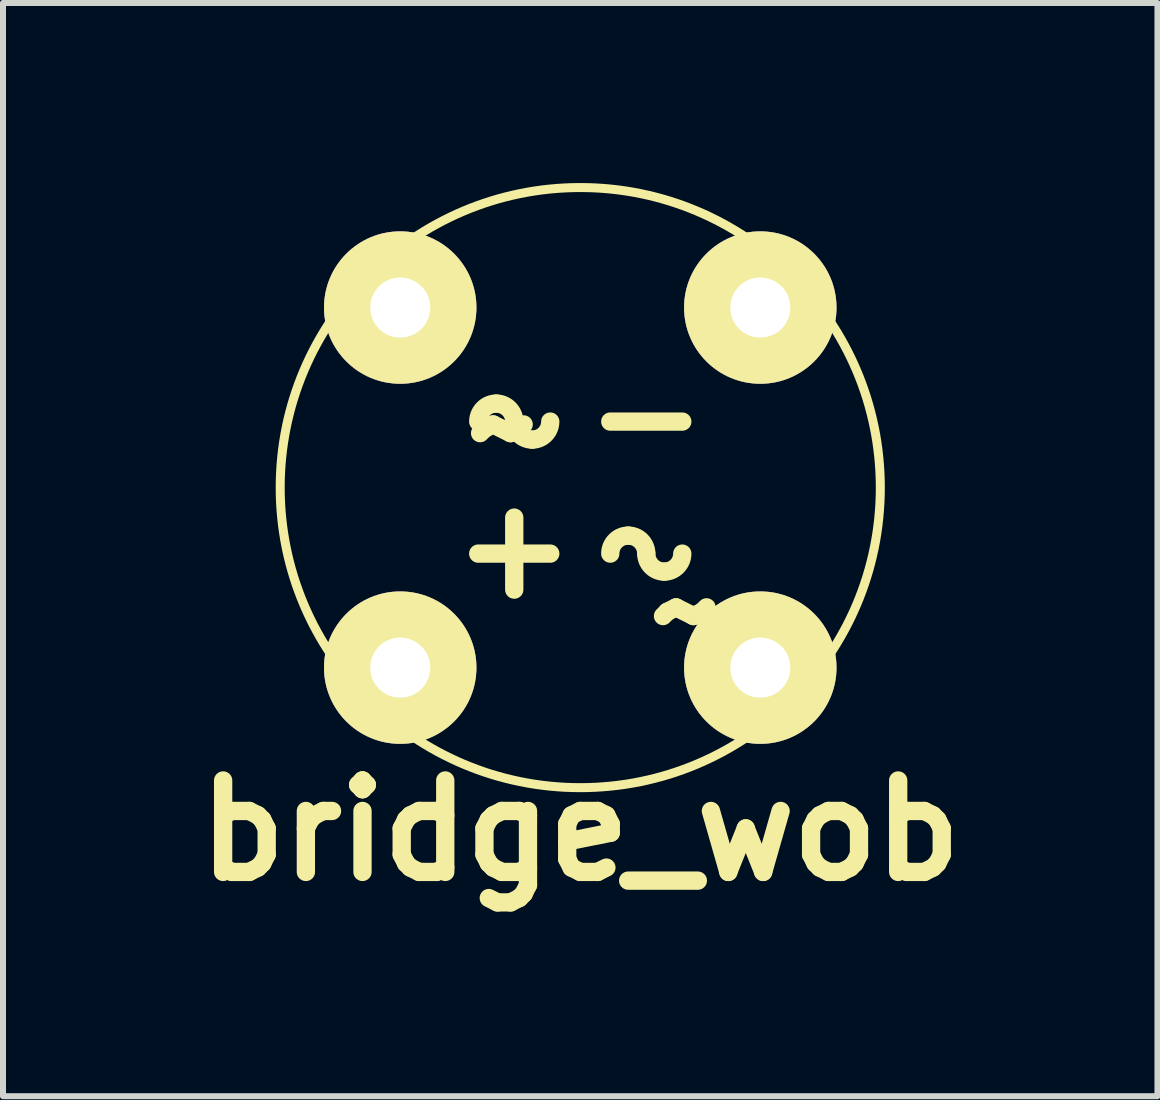
<source format=kicad_pcb>
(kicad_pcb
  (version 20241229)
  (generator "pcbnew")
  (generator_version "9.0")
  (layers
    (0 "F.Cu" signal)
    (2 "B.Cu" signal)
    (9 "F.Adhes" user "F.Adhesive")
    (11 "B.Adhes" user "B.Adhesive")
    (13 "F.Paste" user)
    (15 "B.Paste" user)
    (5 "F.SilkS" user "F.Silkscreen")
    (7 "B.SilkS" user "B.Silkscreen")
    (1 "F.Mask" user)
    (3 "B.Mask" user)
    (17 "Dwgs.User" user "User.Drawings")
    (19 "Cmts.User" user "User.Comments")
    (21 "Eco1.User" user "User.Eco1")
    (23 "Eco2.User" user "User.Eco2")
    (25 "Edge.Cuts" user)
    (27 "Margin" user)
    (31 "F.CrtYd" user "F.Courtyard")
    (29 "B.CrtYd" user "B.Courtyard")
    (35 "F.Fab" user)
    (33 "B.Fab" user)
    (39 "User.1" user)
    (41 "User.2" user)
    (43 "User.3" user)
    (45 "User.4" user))
  (footprint "bridge_wob"
    (layer "F.Cu")
    (at 6.619 5.075)
    (property "Reference" "bridge_wob" (at 0 5.715 0) (layer "F.SilkS") (effects (font (size 1.524 1.524) (thickness 0.305))))
    (attr through_hole)
    (fp_line (start -1.1 0.5) (end -1.1 1.7) (stroke (width 0.305) (type solid)) (layer "F.SilkS"))
    (fp_line (start -0.5 1.1) (end -1.7 1.1) (stroke (width 0.305) (type solid)) (layer "F.SilkS"))
    (fp_line (start 1.7 -1.1) (end 0.5 -1.1) (stroke (width 0.305) (type solid)) (layer "F.SilkS"))
    (fp_arc (start -1.7 -1.1) (mid -1.612132 -1.312132) (end -1.4 -1.4) (stroke (width 0.3048) (type solid)) (layer "F.SilkS"))
    (fp_arc (start -1.4 -1.4) (mid -1.187868 -1.312132) (end -1.1 -1.1) (stroke (width 0.3048) (type solid)) (layer "F.SilkS"))
    (fp_arc (start -0.8 -0.8) (mid -1.012132 -0.887868) (end -1.1 -1.1) (stroke (width 0.3048) (type solid)) (layer "F.SilkS"))
    (fp_arc (start -0.5 -1.1) (mid -0.587868 -0.887868) (end -0.8 -0.8) (stroke (width 0.3048) (type solid)) (layer "F.SilkS"))
    (fp_arc (start 0.5 1.1) (mid 0.587868 0.887868) (end 0.8 0.8) (stroke (width 0.3048) (type solid)) (layer "F.SilkS"))
    (fp_arc (start 0.8 0.8) (mid 1.012132 0.887868) (end 1.1 1.1) (stroke (width 0.3048) (type solid)) (layer "F.SilkS"))
    (fp_arc (start 1.4 1.4) (mid 1.187868 1.312132) (end 1.1 1.1) (stroke (width 0.3048) (type solid)) (layer "F.SilkS"))
    (fp_arc (start 1.7 1.1) (mid 1.612132 1.312132) (end 1.4 1.4) (stroke (width 0.3048) (type solid)) (layer "F.SilkS"))
    (fp_circle (center 0 0) (end 5 0) (stroke (width 0.15) (type solid)) (fill no) (layer "F.SilkS"))
    (fp_text user "~" (at 1.778 2.032 0) (layer "F.SilkS") (effects (font (size 1.524 1.524) (thickness 0.305))))
    (fp_text user "~" (at -1.27 -1.016 0) (layer "F.SilkS") (effects (font (size 1.524 1.524) (thickness 0.305))))
    (pad "1" thru_hole circle (at 3 -3) (size 2.54 2.54) (drill 1.001) (layers "*.Cu" "*.Mask" "F.SilkS"))
    (pad "2" thru_hole circle (at 3 3) (size 2.54 2.54) (drill 1.001) (layers "*.Cu" "*.Mask" "F.SilkS"))
    (pad "3" thru_hole circle (at -3 3) (size 2.54 2.54) (drill 1.001) (layers "*.Cu" "*.Mask" "F.SilkS"))
    (pad "4" thru_hole circle (at -3 -3) (size 2.54 2.54) (drill 1.001) (layers "*.Cu" "*.Mask" "F.SilkS")))
  (gr_rect
    (start -3 -3)
    (end 16.237 15.216)
    (stroke (width 0.1) (type default))
    (fill no)
    (layer "Edge.Cuts")))
</source>
